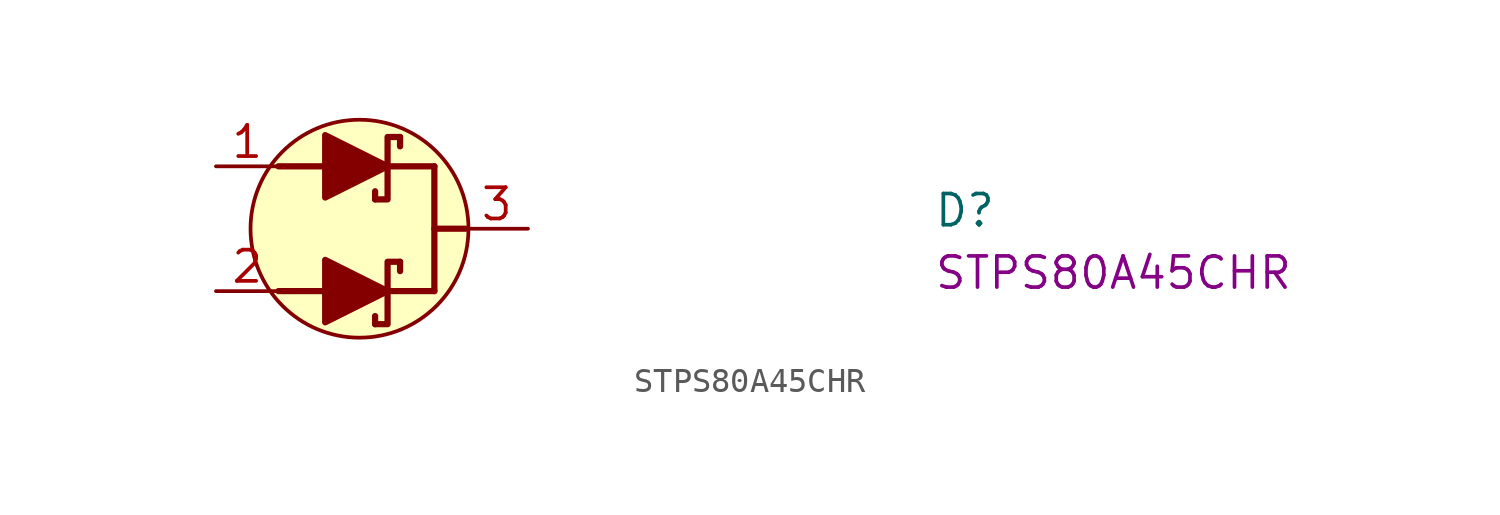
<source format=kicad_sym>
(kicad_symbol_lib
  (version 20220914)
  (generator kicad_symbol_editor)
  (symbol "STPS80A45CHR"
    (pin_names hide)
    (property "Reference" "D"
      (at 29.21 -2.54 0)
      (effects (font (size 1.27 1.27) (thickness 0.15)) (justify left bottom)))
    (property "MPN" "STPS80A45CHR"
      (at 29.21 -5.08 0)
      (effects (font (size 1.27 1.27) (thickness 0.15)) (justify left bottom)))
    (symbol "STPS80A45CHR_0_1"
      (circle (center 5.842 -2.54) (radius 4.436) (stroke (width 0) (type default)) (fill (type background))))
    (symbol "STPS80A45CHR_1_1"
      (polyline (pts (xy 2.54 0) (xy 8.89 0)) (stroke (width 0.254) (type default)) (fill (type none)))
      (polyline (pts (xy 6.477 -6.096) (xy 6.477 -6.426)) (stroke (width 0.254) (type default)) (fill (type none)))
      (polyline (pts (xy 6.477 -1.016) (xy 6.477 -1.346)) (stroke (width 0.254) (type default)) (fill (type none)))
      (polyline (pts (xy 7.493 -3.886) (xy 7.493 -4.267)) (stroke (width 0.254) (type default)) (fill (type none)))
      (polyline (pts (xy 7.493 1.194) (xy 7.493 0.813)) (stroke (width 0.254) (type default)) (fill (type none)))
      (polyline (pts (xy 8.89 -5.08) (xy 2.54 -5.08)) (stroke (width 0.254) (type default)) (fill (type none)))
      (polyline (pts (xy 8.89 -2.54) (xy 10.16 -2.54)) (stroke (width 0.254) (type default)) (fill (type none)))
      (polyline (pts (xy 8.89 0) (xy 8.89 -5.08)) (stroke (width 0.254) (type default)) (fill (type none)))
      (polyline (pts (xy 4.445 -3.81) (xy 4.445 -6.35) (xy 6.985 -5.08) (xy 4.445 -3.81)) (stroke (width 0.254) (type default)) (fill (type outline)))
      (polyline (pts (xy 4.445 1.27) (xy 4.445 -1.27) (xy 6.985 0) (xy 4.445 1.27)) (stroke (width 0.254) (type default)) (fill (type outline)))
      (polyline (pts (xy 7.493 -3.886) (xy 6.985 -3.886) (xy 6.985 -6.426) (xy 6.477 -6.426)) (stroke (width 0.254) (type default)) (fill (type none)))
      (polyline (pts (xy 7.493 1.194) (xy 6.985 1.194) (xy 6.985 -1.346) (xy 6.477 -1.346)) (stroke (width 0.254) (type default)) (fill (type none)))
      (pin passive line (at 0 0 0) (length 2.54) (name "1" (effects (font (size 1.27 1.27)))) (number "1" (effects (font (size 1.27 1.27)))))
      (pin passive line (at 0 -5.08 0) (length 2.54) (name "2" (effects (font (size 1.27 1.27)))) (number "2" (effects (font (size 1.27 1.27)))))
      (pin passive line (at 12.7 -2.54 180) (length 2.54) (name "3" (effects (font (size 1.27 1.27)))) (number "3" (effects (font (size 1.27 1.27))))))))
</source>
